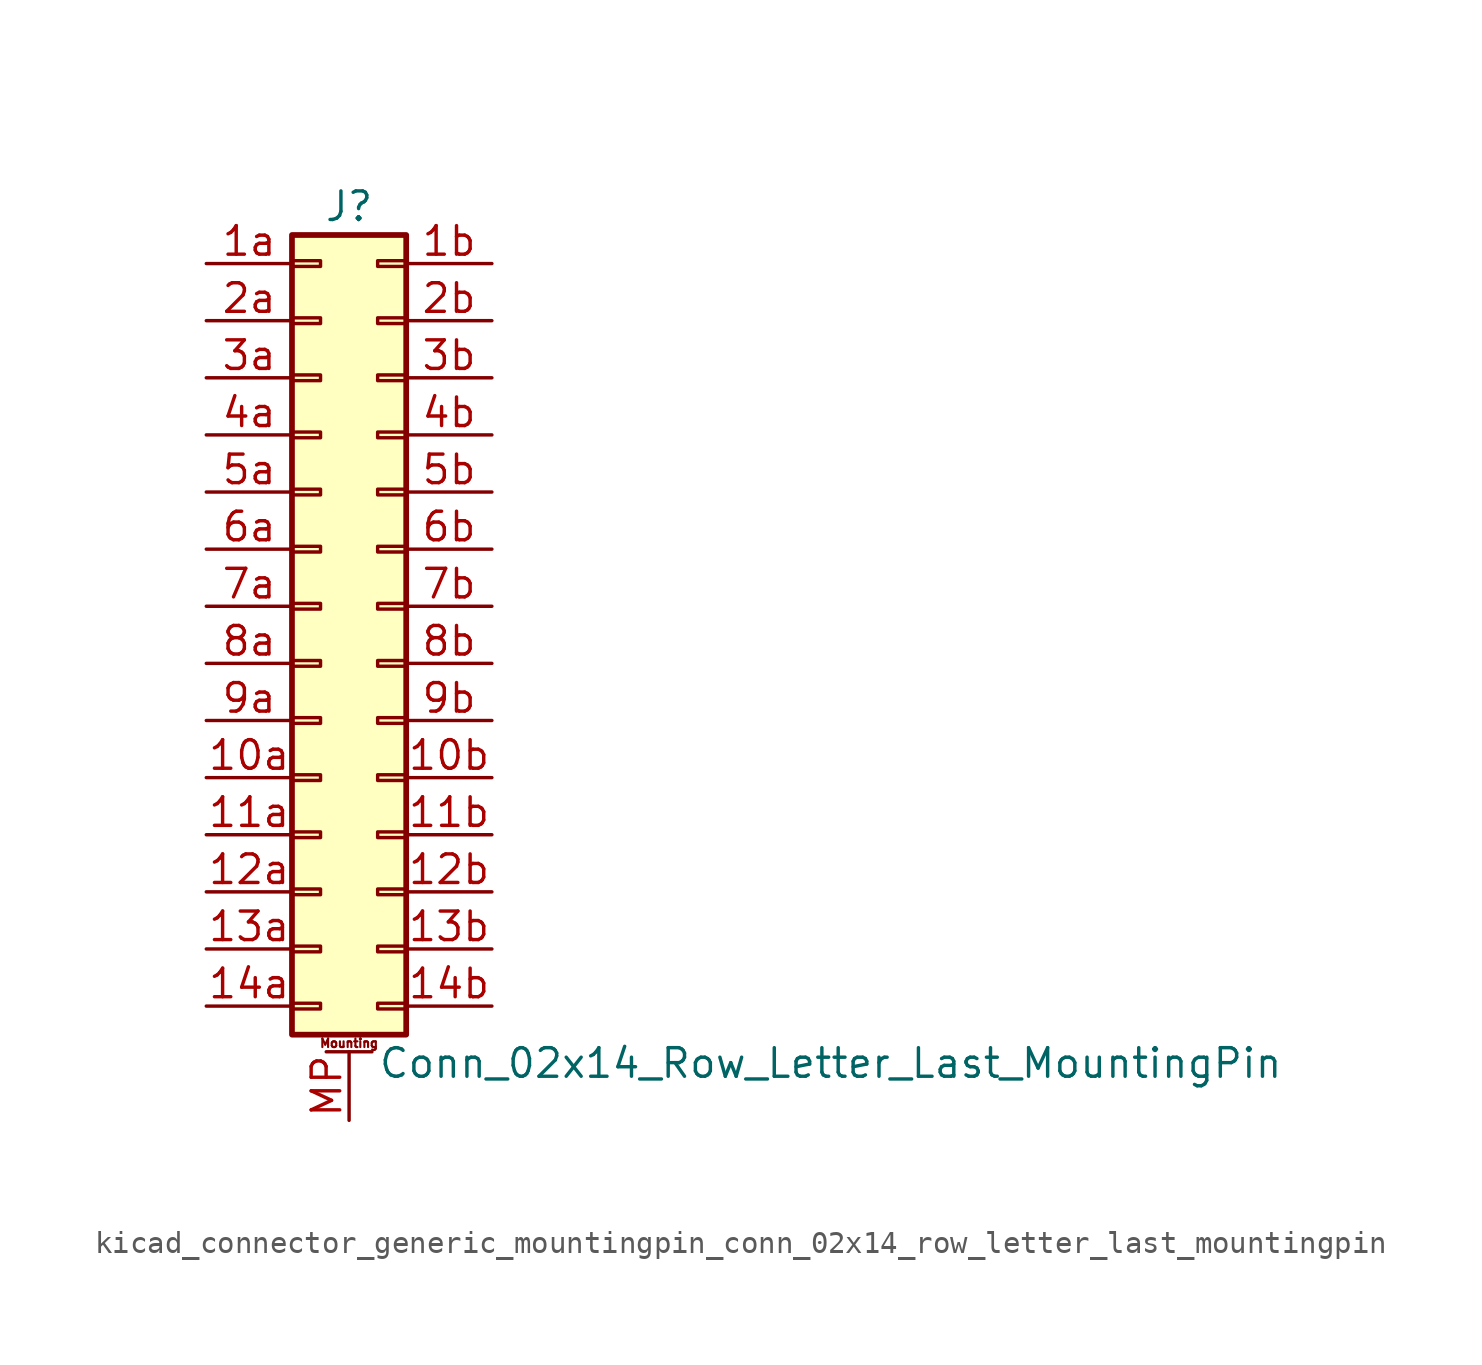
<source format=kicad_sym>
(kicad_symbol_lib
  (version 20220914)
  (generator kicad_symbol_editor)
  (symbol "kicad_connector_generic_mountingpin_conn_02x14_row_letter_last_mountingpin"
    (pin_names
      (offset 1.016) hide)
    (property "Reference" "J"
      (at 1.27 17.78 0)
      (effects (font (size 1.27 1.27))))
    (property "Value" "Conn_02x14_Row_Letter_Last_MountingPin"
      (at 2.54 -20.32 0)
      (effects (font (size 1.27 1.27)) (justify left)))
    (symbol "kicad_connector_generic_mountingpin_conn_02x14_row_letter_last_mountingpin_1_1"
      (rectangle (start -1.27 -17.653) (end 0 -17.907) (stroke (width 0.152) (type default)) (fill (type none)))
      (rectangle (start -1.27 -15.113) (end 0 -15.367) (stroke (width 0.152) (type default)) (fill (type none)))
      (rectangle (start -1.27 -12.573) (end 0 -12.827) (stroke (width 0.152) (type default)) (fill (type none)))
      (rectangle (start -1.27 -10.033) (end 0 -10.287) (stroke (width 0.152) (type default)) (fill (type none)))
      (rectangle (start -1.27 -7.493) (end 0 -7.747) (stroke (width 0.152) (type default)) (fill (type none)))
      (rectangle (start -1.27 -4.953) (end 0 -5.207) (stroke (width 0.152) (type default)) (fill (type none)))
      (rectangle (start -1.27 -2.413) (end 0 -2.667) (stroke (width 0.152) (type default)) (fill (type none)))
      (rectangle (start -1.27 0.127) (end 0 -0.127) (stroke (width 0.152) (type default)) (fill (type none)))
      (rectangle (start -1.27 2.667) (end 0 2.413) (stroke (width 0.152) (type default)) (fill (type none)))
      (rectangle (start -1.27 5.207) (end 0 4.953) (stroke (width 0.152) (type default)) (fill (type none)))
      (rectangle (start -1.27 7.747) (end 0 7.493) (stroke (width 0.152) (type default)) (fill (type none)))
      (rectangle (start -1.27 10.287) (end 0 10.033) (stroke (width 0.152) (type default)) (fill (type none)))
      (rectangle (start -1.27 12.827) (end 0 12.573) (stroke (width 0.152) (type default)) (fill (type none)))
      (rectangle (start -1.27 15.367) (end 0 15.113) (stroke (width 0.152) (type default)) (fill (type none)))
      (rectangle (start -1.27 16.51) (end 3.81 -19.05) (stroke (width 0.254) (type default)) (fill (type background)))
      (polyline (pts (xy 0.254 -19.812) (xy 2.286 -19.812)) (stroke (width 0.152) (type default)) (fill (type none)))
      (rectangle (start 3.81 -17.653) (end 2.54 -17.907) (stroke (width 0.152) (type default)) (fill (type none)))
      (rectangle (start 3.81 -15.113) (end 2.54 -15.367) (stroke (width 0.152) (type default)) (fill (type none)))
      (rectangle (start 3.81 -12.573) (end 2.54 -12.827) (stroke (width 0.152) (type default)) (fill (type none)))
      (rectangle (start 3.81 -10.033) (end 2.54 -10.287) (stroke (width 0.152) (type default)) (fill (type none)))
      (rectangle (start 3.81 -7.493) (end 2.54 -7.747) (stroke (width 0.152) (type default)) (fill (type none)))
      (rectangle (start 3.81 -4.953) (end 2.54 -5.207) (stroke (width 0.152) (type default)) (fill (type none)))
      (rectangle (start 3.81 -2.413) (end 2.54 -2.667) (stroke (width 0.152) (type default)) (fill (type none)))
      (rectangle (start 3.81 0.127) (end 2.54 -0.127) (stroke (width 0.152) (type default)) (fill (type none)))
      (rectangle (start 3.81 2.667) (end 2.54 2.413) (stroke (width 0.152) (type default)) (fill (type none)))
      (rectangle (start 3.81 5.207) (end 2.54 4.953) (stroke (width 0.152) (type default)) (fill (type none)))
      (rectangle (start 3.81 7.747) (end 2.54 7.493) (stroke (width 0.152) (type default)) (fill (type none)))
      (rectangle (start 3.81 10.287) (end 2.54 10.033) (stroke (width 0.152) (type default)) (fill (type none)))
      (rectangle (start 3.81 12.827) (end 2.54 12.573) (stroke (width 0.152) (type default)) (fill (type none)))
      (rectangle (start 3.81 15.367) (end 2.54 15.113) (stroke (width 0.152) (type default)) (fill (type none)))
      (text "Mounting" (at 1.27 -19.431 0) (effects (font (size 0.381 0.381))))
      (pin passive line (at -5.08 -7.62 0) (length 3.81) (name "Pin_10a" (effects (font (size 1.27 1.27)))) (number "10a" (effects (font (size 1.27 1.27)))))
      (pin passive line (at 7.62 -7.62 180) (length 3.81) (name "Pin_10b" (effects (font (size 1.27 1.27)))) (number "10b" (effects (font (size 1.27 1.27)))))
      (pin passive line (at -5.08 -10.16 0) (length 3.81) (name "Pin_11a" (effects (font (size 1.27 1.27)))) (number "11a" (effects (font (size 1.27 1.27)))))
      (pin passive line (at 7.62 -10.16 180) (length 3.81) (name "Pin_11b" (effects (font (size 1.27 1.27)))) (number "11b" (effects (font (size 1.27 1.27)))))
      (pin passive line (at -5.08 -12.7 0) (length 3.81) (name "Pin_12a" (effects (font (size 1.27 1.27)))) (number "12a" (effects (font (size 1.27 1.27)))))
      (pin passive line (at 7.62 -12.7 180) (length 3.81) (name "Pin_12b" (effects (font (size 1.27 1.27)))) (number "12b" (effects (font (size 1.27 1.27)))))
      (pin passive line (at -5.08 -15.24 0) (length 3.81) (name "Pin_13a" (effects (font (size 1.27 1.27)))) (number "13a" (effects (font (size 1.27 1.27)))))
      (pin passive line (at 7.62 -15.24 180) (length 3.81) (name "Pin_13b" (effects (font (size 1.27 1.27)))) (number "13b" (effects (font (size 1.27 1.27)))))
      (pin passive line (at -5.08 -17.78 0) (length 3.81) (name "Pin_14a" (effects (font (size 1.27 1.27)))) (number "14a" (effects (font (size 1.27 1.27)))))
      (pin passive line (at 7.62 -17.78 180) (length 3.81) (name "Pin_14b" (effects (font (size 1.27 1.27)))) (number "14b" (effects (font (size 1.27 1.27)))))
      (pin passive line (at -5.08 15.24 0) (length 3.81) (name "Pin_1a" (effects (font (size 1.27 1.27)))) (number "1a" (effects (font (size 1.27 1.27)))))
      (pin passive line (at 7.62 15.24 180) (length 3.81) (name "Pin_1b" (effects (font (size 1.27 1.27)))) (number "1b" (effects (font (size 1.27 1.27)))))
      (pin passive line (at -5.08 12.7 0) (length 3.81) (name "Pin_2a" (effects (font (size 1.27 1.27)))) (number "2a" (effects (font (size 1.27 1.27)))))
      (pin passive line (at 7.62 12.7 180) (length 3.81) (name "Pin_2b" (effects (font (size 1.27 1.27)))) (number "2b" (effects (font (size 1.27 1.27)))))
      (pin passive line (at -5.08 10.16 0) (length 3.81) (name "Pin_3a" (effects (font (size 1.27 1.27)))) (number "3a" (effects (font (size 1.27 1.27)))))
      (pin passive line (at 7.62 10.16 180) (length 3.81) (name "Pin_3b" (effects (font (size 1.27 1.27)))) (number "3b" (effects (font (size 1.27 1.27)))))
      (pin passive line (at -5.08 7.62 0) (length 3.81) (name "Pin_4a" (effects (font (size 1.27 1.27)))) (number "4a" (effects (font (size 1.27 1.27)))))
      (pin passive line (at 7.62 7.62 180) (length 3.81) (name "Pin_4b" (effects (font (size 1.27 1.27)))) (number "4b" (effects (font (size 1.27 1.27)))))
      (pin passive line (at -5.08 5.08 0) (length 3.81) (name "Pin_5a" (effects (font (size 1.27 1.27)))) (number "5a" (effects (font (size 1.27 1.27)))))
      (pin passive line (at 7.62 5.08 180) (length 3.81) (name "Pin_5b" (effects (font (size 1.27 1.27)))) (number "5b" (effects (font (size 1.27 1.27)))))
      (pin passive line (at -5.08 2.54 0) (length 3.81) (name "Pin_6a" (effects (font (size 1.27 1.27)))) (number "6a" (effects (font (size 1.27 1.27)))))
      (pin passive line (at 7.62 2.54 180) (length 3.81) (name "Pin_6b" (effects (font (size 1.27 1.27)))) (number "6b" (effects (font (size 1.27 1.27)))))
      (pin passive line (at -5.08 0 0) (length 3.81) (name "Pin_7a" (effects (font (size 1.27 1.27)))) (number "7a" (effects (font (size 1.27 1.27)))))
      (pin passive line (at 7.62 0 180) (length 3.81) (name "Pin_7b" (effects (font (size 1.27 1.27)))) (number "7b" (effects (font (size 1.27 1.27)))))
      (pin passive line (at -5.08 -2.54 0) (length 3.81) (name "Pin_8a" (effects (font (size 1.27 1.27)))) (number "8a" (effects (font (size 1.27 1.27)))))
      (pin passive line (at 7.62 -2.54 180) (length 3.81) (name "Pin_8b" (effects (font (size 1.27 1.27)))) (number "8b" (effects (font (size 1.27 1.27)))))
      (pin passive line (at -5.08 -5.08 0) (length 3.81) (name "Pin_9a" (effects (font (size 1.27 1.27)))) (number "9a" (effects (font (size 1.27 1.27)))))
      (pin passive line (at 7.62 -5.08 180) (length 3.81) (name "Pin_9b" (effects (font (size 1.27 1.27)))) (number "9b" (effects (font (size 1.27 1.27)))))
      (pin passive line (at 1.27 -22.86 90) (length 3.048) (name "MountPin" (effects (font (size 1.27 1.27)))) (number "MP" (effects (font (size 1.27 1.27))))))))
</source>
